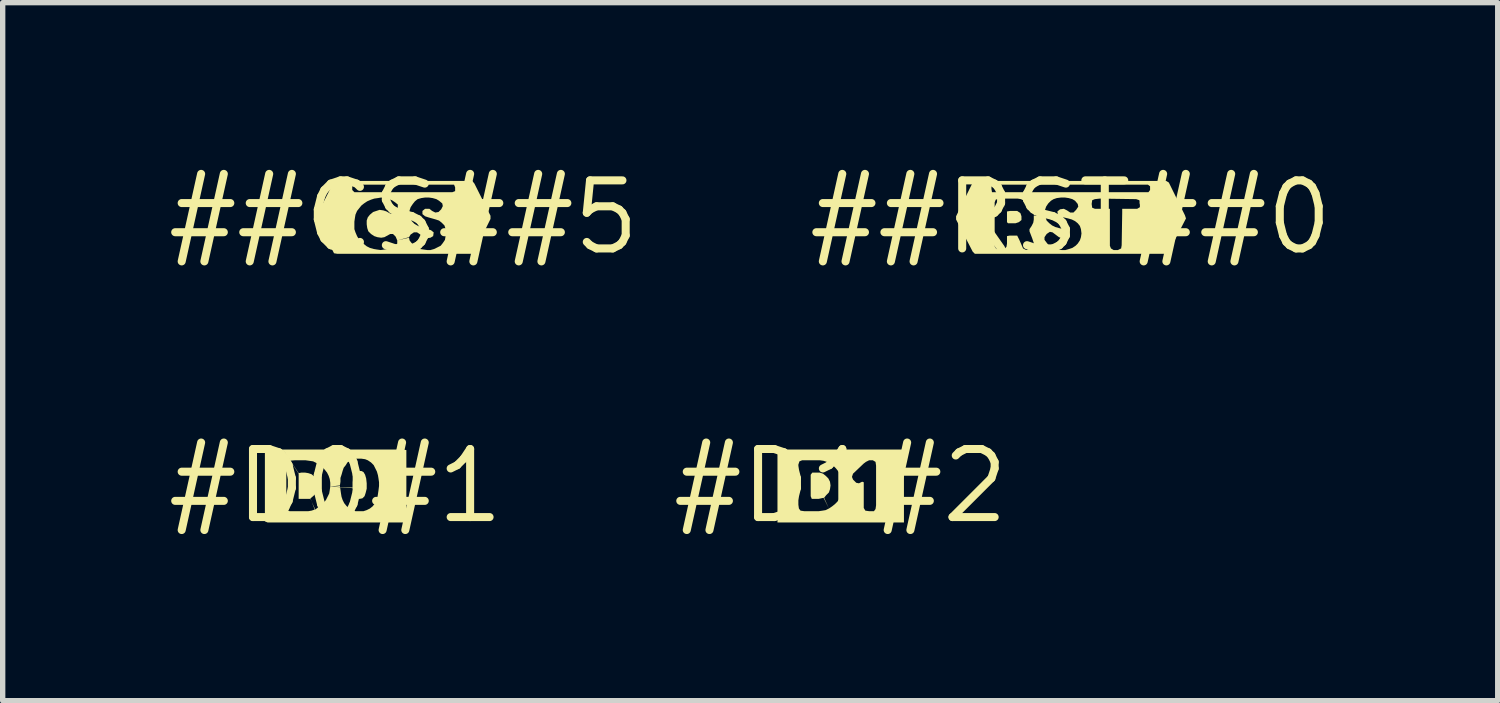
<source format=kicad_pcb>
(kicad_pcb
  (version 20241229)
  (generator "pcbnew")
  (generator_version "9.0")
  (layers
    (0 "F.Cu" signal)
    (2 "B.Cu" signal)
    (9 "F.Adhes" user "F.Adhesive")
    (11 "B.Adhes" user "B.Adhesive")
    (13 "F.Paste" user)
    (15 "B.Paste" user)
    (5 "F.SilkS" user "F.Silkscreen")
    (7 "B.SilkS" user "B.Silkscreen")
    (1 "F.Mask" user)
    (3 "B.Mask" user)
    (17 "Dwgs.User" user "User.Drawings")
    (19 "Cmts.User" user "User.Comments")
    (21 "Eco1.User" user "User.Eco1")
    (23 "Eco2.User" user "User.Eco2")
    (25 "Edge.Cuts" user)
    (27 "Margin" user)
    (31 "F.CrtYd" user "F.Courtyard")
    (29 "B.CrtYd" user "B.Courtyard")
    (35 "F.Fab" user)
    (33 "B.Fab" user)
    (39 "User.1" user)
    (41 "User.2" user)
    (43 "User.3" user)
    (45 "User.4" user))
  (footprint "##CS##5"
    (layer "F.Cu")
    (at 4.483 1.006)
    (property "Reference" "##CS##5" (at 0 0 0) (layer "F.SilkS") (effects (font (size 1.27 1.27) (thickness 0.15))))
    (attr through_hole)
    (fp_poly (pts (xy -0.97 -0.68) (xy -1.24 -0.68) (xy -1.3 -0.67) (xy -1.64 0) (xy -1.3 0.67) (xy -1.24 0.68) (xy 1.27 0.68) (xy 1.32 0.64) (xy 1.62 0.03) (xy 1.62 -0.03) (xy 1.32 -0.63) (xy 1.28 -0.68) (xy -0.96 -0.68) (xy -0.96 -0.61) (xy 0.94 -0.61) (xy 0.96 -0.56) (xy 0.96 -0.49) (xy 0.91 -0.47) (xy -0.92 -0.47) (xy -0.96 -0.51) (xy -0.96 -0.57) (xy -0.96 -0.61) (xy -0.96 -0.68) (xy -0.68 -0.3) (xy -0.61 -0.33) (xy -0.55 -0.35) (xy -0.48 -0.36) (xy -0.42 -0.37) (xy -0.35 -0.36) (xy -0.28 -0.34) (xy -0.22 -0.32) (xy -0.16 -0.28) (xy -0.11 -0.24) (xy -0.11 -0.17) (xy -0.15 -0.11) (xy -0.21 -0.07) (xy -0.25 -0.07) (xy -0.32 -0.11) (xy -0.38 -0.13) (xy -0.45 -0.14) (xy -0.51 -0.12) (xy -0.57 -0.1) (xy -0.63 -0.05) (xy -0.67 0) (xy -0.69 0.06) (xy -0.69 0.13) (xy -0.68 0.2) (xy -0.66 0.26) (xy -0.61 0.31) (xy -0.55 0.35) (xy -0.49 0.37) (xy -0.42 0.38) (xy -0.36 0.37) (xy -0.25 0.31) (xy -0.2 0.31) (xy -0.15 0.36) (xy -0.12 0.43) (xy 0.1 0.37) (xy 0.13 0.32) (xy 0.19 0.28) (xy 0.25 0.28) (xy 0.31 0.32) (xy 0.36 0.36) (xy 0.43 0.39) (xy 0.5 0.38) (xy 0.55 0.35) (xy 0.56 0.28) (xy 0.51 0.24) (xy 0.45 0.22) (xy 0.38 0.2) (xy 0.31 0.18) (xy 0.25 0.15) (xy 0.2 0.12) (xy 0.15 0.07) (xy 0.13 0.01) (xy 0.11 -0.06) (xy 0.11 -0.13) (xy 0.13 -0.19) (xy 0.17 -0.25) (xy 0.21 -0.3) (xy 0.26 -0.34) (xy 0.33 -0.36) (xy 0.4 -0.37) (xy 0.47 -0.37) (xy 0.54 -0.36) (xy 0.61 -0.34) (xy 0.66 -0.31) (xy 0.72 -0.26) (xy 0.73 -0.21) (xy 0.7 -0.15) (xy 0.65 -0.1) (xy 0.59 -0.09) (xy 0.53 -0.12) (xy 0.48 -0.16) (xy 0.4 -0.16) (xy 0.35 -0.12) (xy 0.35 -0.06) (xy 0.4 -0.02) (xy 0.46 0) (xy 0.53 0.02) (xy 0.6 0.04) (xy 0.66 0.06) (xy 0.71 0.1) (xy 0.76 0.15) (xy 0.78 0.21) (xy 0.79 0.28) (xy 0.78 0.36) (xy 0.77 0.42) (xy 0.73 0.48) (xy 0.69 0.53) (xy 0.63 0.56) (xy 0.57 0.59) (xy 0.5 0.61) (xy 0.44 0.61) (xy 0.37 0.6) (xy 0.3 0.59) (xy 0.24 0.56) (xy 0.18 0.51) (xy 0.14 0.47) (xy 0.11 0.43) (xy 0.1 0.38) (xy -0.12 0.43) (xy -0.12 0.49) (xy -0.17 0.53) (xy -0.22 0.56) (xy -0.29 0.59) (xy -0.36 0.6) (xy -0.43 0.61) (xy -0.5 0.6) (xy -0.56 0.59) (xy -0.63 0.57) (xy -0.69 0.54) (xy -0.74 0.5) (xy -0.79 0.45) (xy -0.84 0.4) (xy -0.87 0.35) (xy -0.9 0.28) (xy -0.92 0.22) (xy -0.92 0.15) (xy -0.92 0.08) (xy -0.91 0.01) (xy -0.9 -0.05) (xy -0.87 -0.12) (xy -0.83 -0.17) (xy -0.79 -0.22) (xy -0.74 -0.26) (xy -0.68 -0.3) (xy -0.96 -0.68)) (stroke (width 0) (type solid)) (fill yes) (layer "F.SilkS")))
  (footprint "##RST##0"
    (layer "F.Cu")
    (at 16.931 1.006)
    (property "Reference" "##RST##0" (at 0 0 0) (layer "F.SilkS") (effects (font (size 1.27 1.27) (thickness 0.15))))
    (attr through_hole)
    (fp_poly (pts (xy -1.53 -0.68) (xy -1.8 -0.68) (xy -1.84 -0.63) (xy -2.14 -0.02) (xy -2.14 0.04) (xy -1.83 0.64) (xy -1.79 0.68) (xy 1.81 0.68) (xy 1.84 0.62) (xy 2.15 0.02) (xy 2.13 -0.04) (xy 1.83 -0.65) (xy 1.78 -0.68) (xy -1.47 -0.68) (xy -1.48 -0.61) (xy 1.44 -0.61) (xy 1.48 -0.58) (xy 1.48 -0.51) (xy 1.45 -0.47) (xy -1.47 -0.47) (xy -1.48 -0.53) (xy -1.48 -0.6) (xy -1.48 -0.61) (xy -1.47 -0.68) (xy -1.19 -0.11) (xy -1.13 -0.12) (xy -1.07 -0.12) (xy -1 -0.12) (xy -0.94 -0.08) (xy -0.81 -0.27) (xy -0.76 -0.22) (xy -0.72 -0.16) (xy -0.7 -0.1) (xy -0.69 -0.04) (xy -0.48 -0.07) (xy -0.48 -0.14) (xy -0.46 -0.2) (xy -0.42 -0.26) (xy -0.37 -0.31) (xy -0.32 -0.34) (xy -0.26 -0.36) (xy -0.18 -0.37) (xy -0.11 -0.37) (xy -0.04 -0.36) (xy 0.03 -0.34) (xy 0.08 -0.31) (xy 0.13 -0.25) (xy 0.14 -0.2) (xy 0.39 -0.25) (xy 0.4 -0.32) (xy 0.45 -0.34) (xy 0.54 -0.35) (xy 1.22 -0.34) (xy 1.28 -0.32) (xy 1.29 -0.26) (xy 1.29 -0.19) (xy 1.24 -0.16) (xy 1.16 -0.16) (xy 0.96 -0.16) (xy 0.96 -0.09) (xy 0.95 0.52) (xy 0.94 0.58) (xy 0.88 0.61) (xy 0.8 0.61) (xy 0.75 0.58) (xy 0.73 0.53) (xy 0.73 -0.09) (xy 0.73 -0.16) (xy 0.45 -0.16) (xy 0.4 -0.18) (xy 0.39 -0.25) (xy 0.14 -0.2) (xy 0.1 -0.14) (xy 0.05 -0.09) (xy -0.01 -0.09) (xy -0.07 -0.13) (xy -0.13 -0.16) (xy -0.2 -0.15) (xy -0.25 -0.11) (xy -0.24 -0.05) (xy -0.18 -0.01) (xy -0.05 0.02) (xy 0.02 0.04) (xy 0.08 0.07) (xy 0.13 0.11) (xy 0.17 0.16) (xy 0.19 0.22) (xy 0.2 0.3) (xy 0.19 0.37) (xy 0.17 0.43) (xy 0.13 0.49) (xy 0.09 0.53) (xy 0.03 0.57) (xy -0.03 0.59) (xy -0.1 0.61) (xy -0.17 0.61) (xy -0.24 0.6) (xy -0.3 0.58) (xy -0.36 0.55) (xy -0.42 0.51) (xy -0.46 0.46) (xy -0.49 0.42) (xy -0.49 0.37) (xy -0.45 0.31) (xy -0.39 0.27) (xy -0.34 0.28) (xy -0.22 0.37) (xy -0.16 0.39) (xy -0.08 0.38) (xy -0.04 0.34) (xy -0.04 0.27) (xy -0.09 0.23) (xy -0.22 0.2) (xy -0.29 0.18) (xy -0.35 0.15) (xy -0.4 0.11) (xy -0.45 0.06) (xy -0.47 0) (xy -0.48 -0.07) (xy -0.69 -0.03) (xy -0.69 0.04) (xy -0.7 0.1) (xy -0.73 0.16) (xy -0.77 0.22) (xy -0.77 0.26) (xy -0.72 0.39) (xy -0.68 0.51) (xy -0.7 0.55) (xy -0.77 0.59) (xy -0.83 0.61) (xy -0.89 0.58) (xy -0.96 0.42) (xy -1 0.34) (xy -1.14 0.34) (xy -1.19 0.35) (xy -1.19 0.49) (xy -1.2 0.55) (xy -1.24 0.59) (xy -1.32 0.6) (xy -1.39 0.59) (xy -1.42 0.54) (xy -1.42 0.47) (xy -1.42 -0.28) (xy -1.4 -0.33) (xy -1.34 -0.35) (xy -1.06 -0.35) (xy -0.99 -0.35) (xy -0.93 -0.34) (xy -0.87 -0.31) (xy -0.81 -0.27) (xy -0.94 -0.08) (xy -0.92 -0.02) (xy -0.92 0.05) (xy -0.97 0.09) (xy -1.03 0.11) (xy -1.17 0.11) (xy -1.19 0.09) (xy -1.19 -0.11) (xy -1.48 -0.68)) (stroke (width 0) (type solid)) (fill yes) (layer "F.SilkS")))
  (footprint "#D1#2"
    (layer "F.Cu")
    (at 12.638 6.019)
    (property "Reference" "#D1#2" (at 0 0 0) (layer "F.SilkS") (effects (font (size 1.27 1.27) (thickness 0.15))))
    (attr through_hole)
    (fp_poly (pts (xy -0.85 -0.68) (xy -1.12 -0.68) (xy -1.18 -0.67) (xy -1.18 0.68) (xy 1.18 0.68) (xy 1.18 -0.68) (xy 1.12 -0.68) (xy -0.84 -0.68) (xy -0.53 -0.25) (xy -0.46 -0.25) (xy -0.39 -0.25) (xy -0.33 -0.23) (xy -0.28 -0.19) (xy -0.23 -0.14) (xy -0.2 -0.08) (xy -0.19 -0.01) (xy -0.2 0.06) (xy -0.22 0.12) (xy -0.27 0.17) (xy -0.31 0.22) (xy -0.22 0.42) (xy -0.28 0.45) (xy -0.34 0.46) (xy -0.41 0.47) (xy -0.68 0.47) (xy -0.75 0.46) (xy -0.78 0.42) (xy -0.79 0.35) (xy -0.79 -0.4) (xy -0.77 -0.46) (xy -0.72 -0.48) (xy -0.66 -0.48) (xy -0.46 -0.48) (xy -0.39 -0.48) (xy -0.32 -0.47) (xy -0.26 -0.45) (xy -0.2 -0.42) (xy -0.14 -0.38) (xy -0.09 -0.33) (xy -0.05 -0.28) (xy -0.01 -0.22) (xy 0.01 -0.16) (xy 0.03 -0.1) (xy 0.21 -0.17) (xy 0.23 -0.23) (xy 0.43 -0.42) (xy 0.47 -0.45) (xy 0.53 -0.48) (xy 0.6 -0.48) (xy 0.65 -0.45) (xy 0.66 -0.38) (xy 0.66 0.36) (xy 0.65 0.43) (xy 0.62 0.47) (xy 0.53 0.47) (xy 0.46 0.46) (xy 0.43 0.41) (xy 0.43 0.34) (xy 0.43 -0.07) (xy 0.4 -0.08) (xy 0.34 -0.05) (xy 0.29 -0.06) (xy 0.23 -0.12) (xy 0.21 -0.17) (xy 0.03 -0.1) (xy 0.04 -0.03) (xy 0.03 0.04) (xy 0.02 0.11) (xy 0 0.17) (xy -0.02 0.23) (xy -0.06 0.29) (xy -0.11 0.34) (xy -0.16 0.38) (xy -0.22 0.42) (xy -0.32 0.22) (xy -0.41 0.24) (xy -0.54 0.24) (xy -0.56 0.19) (xy -0.56 -0.21) (xy -0.53 -0.25) (xy -0.84 -0.68)) (stroke (width 0) (type solid)) (fill yes) (layer "F.SilkS")))
  (footprint "#D0#1"
    (layer "F.Cu")
    (at 3.213 6.019)
    (property "Reference" "#D0#1" (at 0 0 0) (layer "F.SilkS") (effects (font (size 1.27 1.27) (thickness 0.15))))
    (attr through_hole)
    (fp_poly (pts (xy -1.03 -0.68) (xy -1.3 -0.68) (xy -1.32 -0.63) (xy -1.32 0.66) (xy -1.27 0.68) (xy 1.31 0.68) (xy 1.32 0.62) (xy 1.32 -0.67) (xy 1.26 -0.68) (xy -0.98 -0.68) (xy -0.69 -0.24) (xy -0.64 -0.25) (xy -0.57 -0.25) (xy -0.51 -0.24) (xy -0.45 -0.22) (xy -0.39 -0.17) (xy -0.35 -0.12) (xy -0.33 -0.06) (xy -0.33 0.01) (xy -0.34 0.08) (xy -0.37 0.14) (xy -0.42 0.19) (xy -0.47 0.23) (xy -0.39 0.44) (xy -0.45 0.46) (xy -0.51 0.47) (xy -0.58 0.47) (xy -0.79 0.47) (xy -0.86 0.47) (xy -0.91 0.44) (xy -0.92 0.38) (xy -0.92 -0.37) (xy -0.92 -0.44) (xy -0.88 -0.47) (xy -0.76 -0.48) (xy -0.56 -0.48) (xy -0.49 -0.47) (xy -0.42 -0.46) (xy -0.36 -0.43) (xy -0.31 -0.4) (xy -0.25 -0.36) (xy -0.2 -0.3) (xy -0.16 -0.25) (xy -0.13 -0.19) (xy -0.11 -0.13) (xy -0.1 -0.06) (xy -0.1 0.01) (xy 0.08 -0.01) (xy 0.09 -0.08) (xy 0.09 -0.15) (xy 0.11 -0.21) (xy 0.13 -0.28) (xy 0.15 -0.34) (xy 0.19 -0.39) (xy 0.22 -0.44) (xy 0.28 -0.47) (xy 0.34 -0.5) (xy 0.4 -0.51) (xy 0.48 -0.51) (xy 0.55 -0.5) (xy 0.6 -0.48) (xy 0.66 -0.44) (xy 0.71 -0.39) (xy 0.74 -0.33) (xy 0.77 -0.27) (xy 0.79 -0.2) (xy 0.8 -0.14) (xy 0.81 -0.07) (xy 0.81 0) (xy 0.8 0.08) (xy 0.79 0.15) (xy 0.78 0.21) (xy 0.75 0.27) (xy 0.73 0.33) (xy 0.69 0.38) (xy 0.64 0.42) (xy 0.58 0.45) (xy 0.52 0.47) (xy 0.44 0.47) (xy 0.37 0.47) (xy 0.31 0.45) (xy 0.25 0.42) (xy 0.2 0.37) (xy 0.16 0.32) (xy 0.13 0.26) (xy 0.11 0.2) (xy 0.1 0.14) (xy 0.09 0.07) (xy 0.08 0) (xy -0.1 0.01) (xy 0.32 0.03) (xy 0.32 -0.07) (xy 0.33 -0.16) (xy 0.35 -0.22) (xy 0.38 -0.26) (xy 0.43 -0.28) (xy 0.48 -0.28) (xy 0.52 -0.26) (xy 0.55 -0.21) (xy 0.57 -0.14) (xy 0.58 -0.05) (xy 0.58 0.05) (xy 0.56 0.13) (xy 0.54 0.19) (xy 0.5 0.23) (xy 0.45 0.24) (xy 0.43 0.24) (xy 0.38 0.23) (xy 0.35 0.18) (xy 0.33 0.12) (xy 0.32 0.04) (xy -0.1 0.01) (xy -0.11 0.08) (xy -0.12 0.14) (xy -0.15 0.2) (xy -0.18 0.26) (xy -0.22 0.31) (xy -0.27 0.36) (xy -0.33 0.4) (xy -0.38 0.44) (xy -0.47 0.24) (xy -0.5 0.24) (xy -0.63 0.24) (xy -0.69 0.24) (xy -0.69 -0.23) (xy -0.98 -0.68)) (stroke (width 0) (type solid)) (fill yes) (layer "F.SilkS")))
  (gr_rect
    (start -3 -3)
    (end 24.898 10.025)
    (stroke (width 0.1) (type default))
    (fill no)
    (layer "Edge.Cuts")))
</source>
